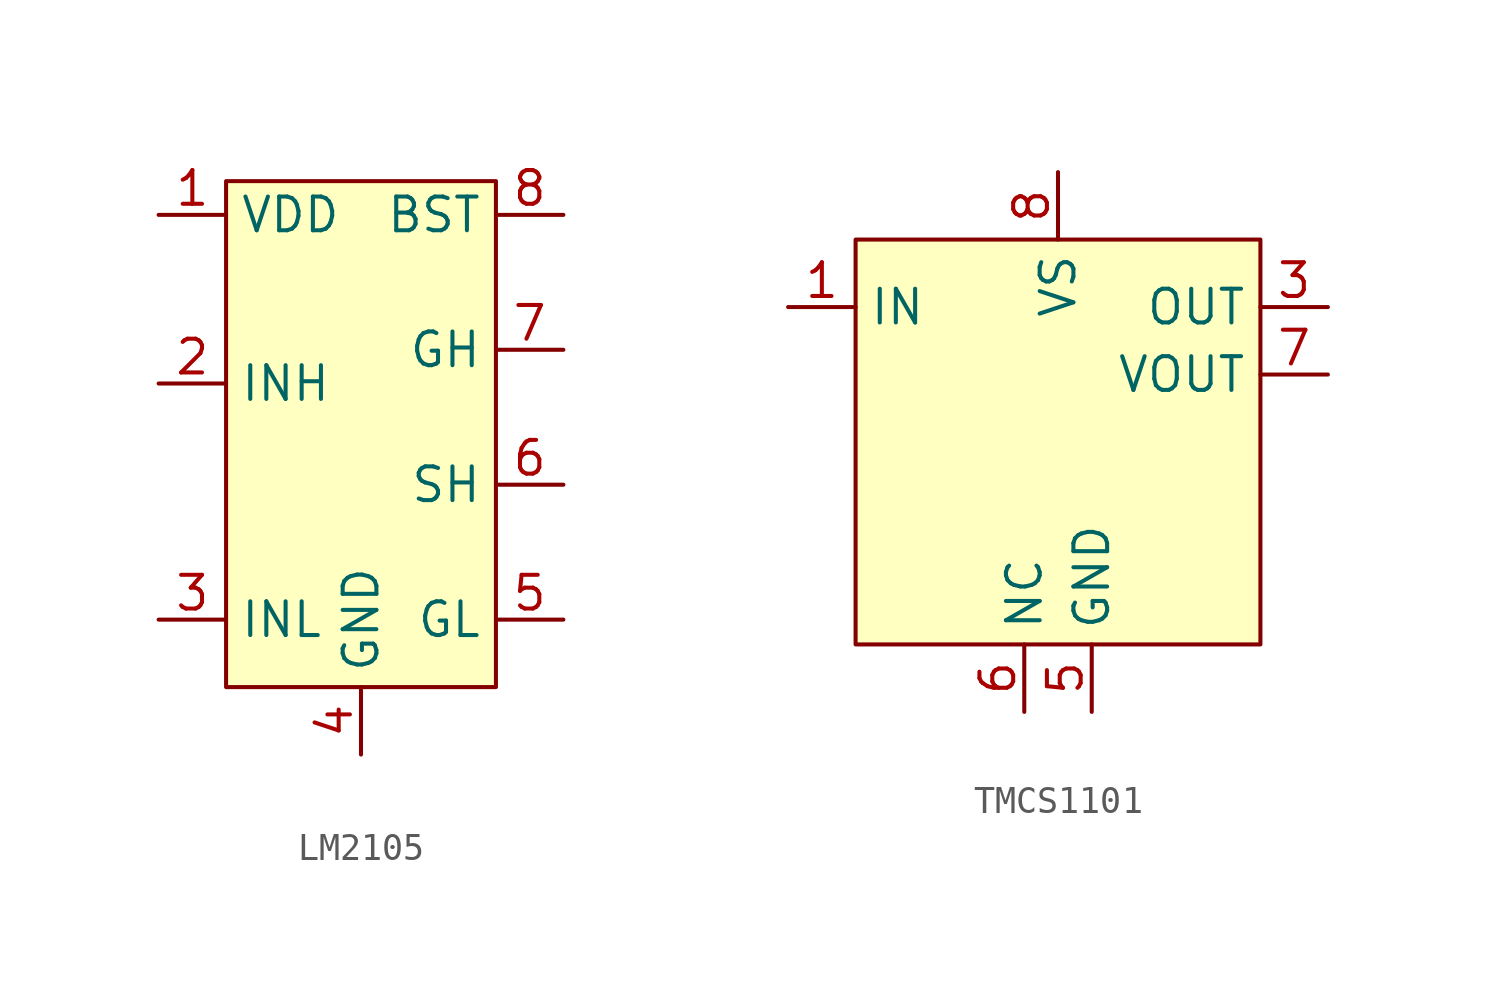
<source format=kicad_sym>
(kicad_symbol_lib
  (version 20231120)
  (generator "kicad_symbol_editor")
  (generator_version "8.99")
  (symbol "LM2105"
    (property "Reference" "U"
      (at 0 10.16 0)
      (effects (font (size 1.27 1.27)) (hide yes)))
    (symbol "LM2105_1_1"
      (rectangle (start -5.08 8.89) (end 5.08 -10.16) (stroke (width 0) (type default)) (fill (type background)))
      (pin output line (at 7.62 7.62 180) (length 2.54) (name "BST" (effects (font (size 1.27 1.27)))) (number "8" (effects (font (size 1.27 1.27)))))
      (pin output line (at 7.62 2.54 180) (length 2.54) (name "GH" (effects (font (size 1.27 1.27)))) (number "7" (effects (font (size 1.27 1.27)))))
      (pin output line (at 7.62 -7.62 180) (length 2.54) (name "GL" (effects (font (size 1.27 1.27)))) (number "5" (effects (font (size 1.27 1.27)))))
      (pin power_in line (at 0 -12.7 90) (length 2.54) (name "GND" (effects (font (size 1.27 1.27)))) (number "4" (effects (font (size 1.27 1.27)))))
      (pin power_in line (at -7.62 7.62 0) (length 2.54) (name "VDD" (effects (font (size 1.27 1.27)))) (number "1" (effects (font (size 1.27 1.27)))))
      (pin input line (at -7.62 1.27 0) (length 2.54) (name "INH" (effects (font (size 1.27 1.27)))) (number "2" (effects (font (size 1.27 1.27)))))
      (pin input line (at -7.62 -7.62 0) (length 2.54) (name "INL" (effects (font (size 1.27 1.27)))) (number "3" (effects (font (size 1.27 1.27)))))
      (pin output line (at 7.62 -2.54 180) (length 2.54) (name "SH" (effects (font (size 1.27 1.27)))) (number "6" (effects (font (size 1.27 1.27)))))
      (pin power_in line (at 0 -12.7 90) (length 2.54) hide (name "GND" (effects (font (size 1.27 1.27)))) (number "9" (effects (font (size 1.27 1.27)))))))
  (symbol "TMCS1101"
    (property "Reference" "U"
      (at 0 -0.254 0)
      (effects (font (size 1.27 1.27)) (hide yes)))
    (symbol "TMCS1101_0_0"
      (pin power_in line (at -10.16 5.08 0) (length 2.54) (name "IN" (effects (font (size 1.27 1.27)))) (number "1" (effects (font (size 1.27 1.27)))))
      (pin power_out line (at 10.16 5.08 180) (length 2.54) (name "OUT" (effects (font (size 1.27 1.27)))) (number "3" (effects (font (size 1.27 1.27)))))
      (pin power_out line (at 1.27 -10.16 90) (length 2.54) (name "GND" (effects (font (size 1.27 1.27)))) (number "5" (effects (font (size 1.27 1.27)))))
      (pin output line (at 10.16 2.54 180) (length 2.54) (name "VOUT" (effects (font (size 1.27 1.27)))) (number "7" (effects (font (size 1.27 1.27)))))
      (pin power_in line (at 0 10.16 270) (length 2.54) (name "VS" (effects (font (size 1.27 1.27)))) (number "8" (effects (font (size 1.27 1.27))))))
    (symbol "TMCS1101_1_0"
      (pin power_in line (at -10.16 5.08 0) (length 2.54) hide (name "IN" (effects (font (size 1.27 1.27)))) (number "2" (effects (font (size 1.27 1.27)))))
      (pin power_out line (at 10.16 5.08 180) (length 2.54) hide (name "OUT" (effects (font (size 1.27 1.27)))) (number "4" (effects (font (size 1.27 1.27)))))
      (pin passive line (at -1.27 -10.16 90) (length 2.54) (name "NC" (effects (font (size 1.27 1.27)))) (number "6" (effects (font (size 1.27 1.27))))))
    (symbol "TMCS1101_1_1"
      (rectangle (start -7.62 7.62) (end 7.62 -7.62) (stroke (width 0) (type default)) (fill (type background))))))
</source>
